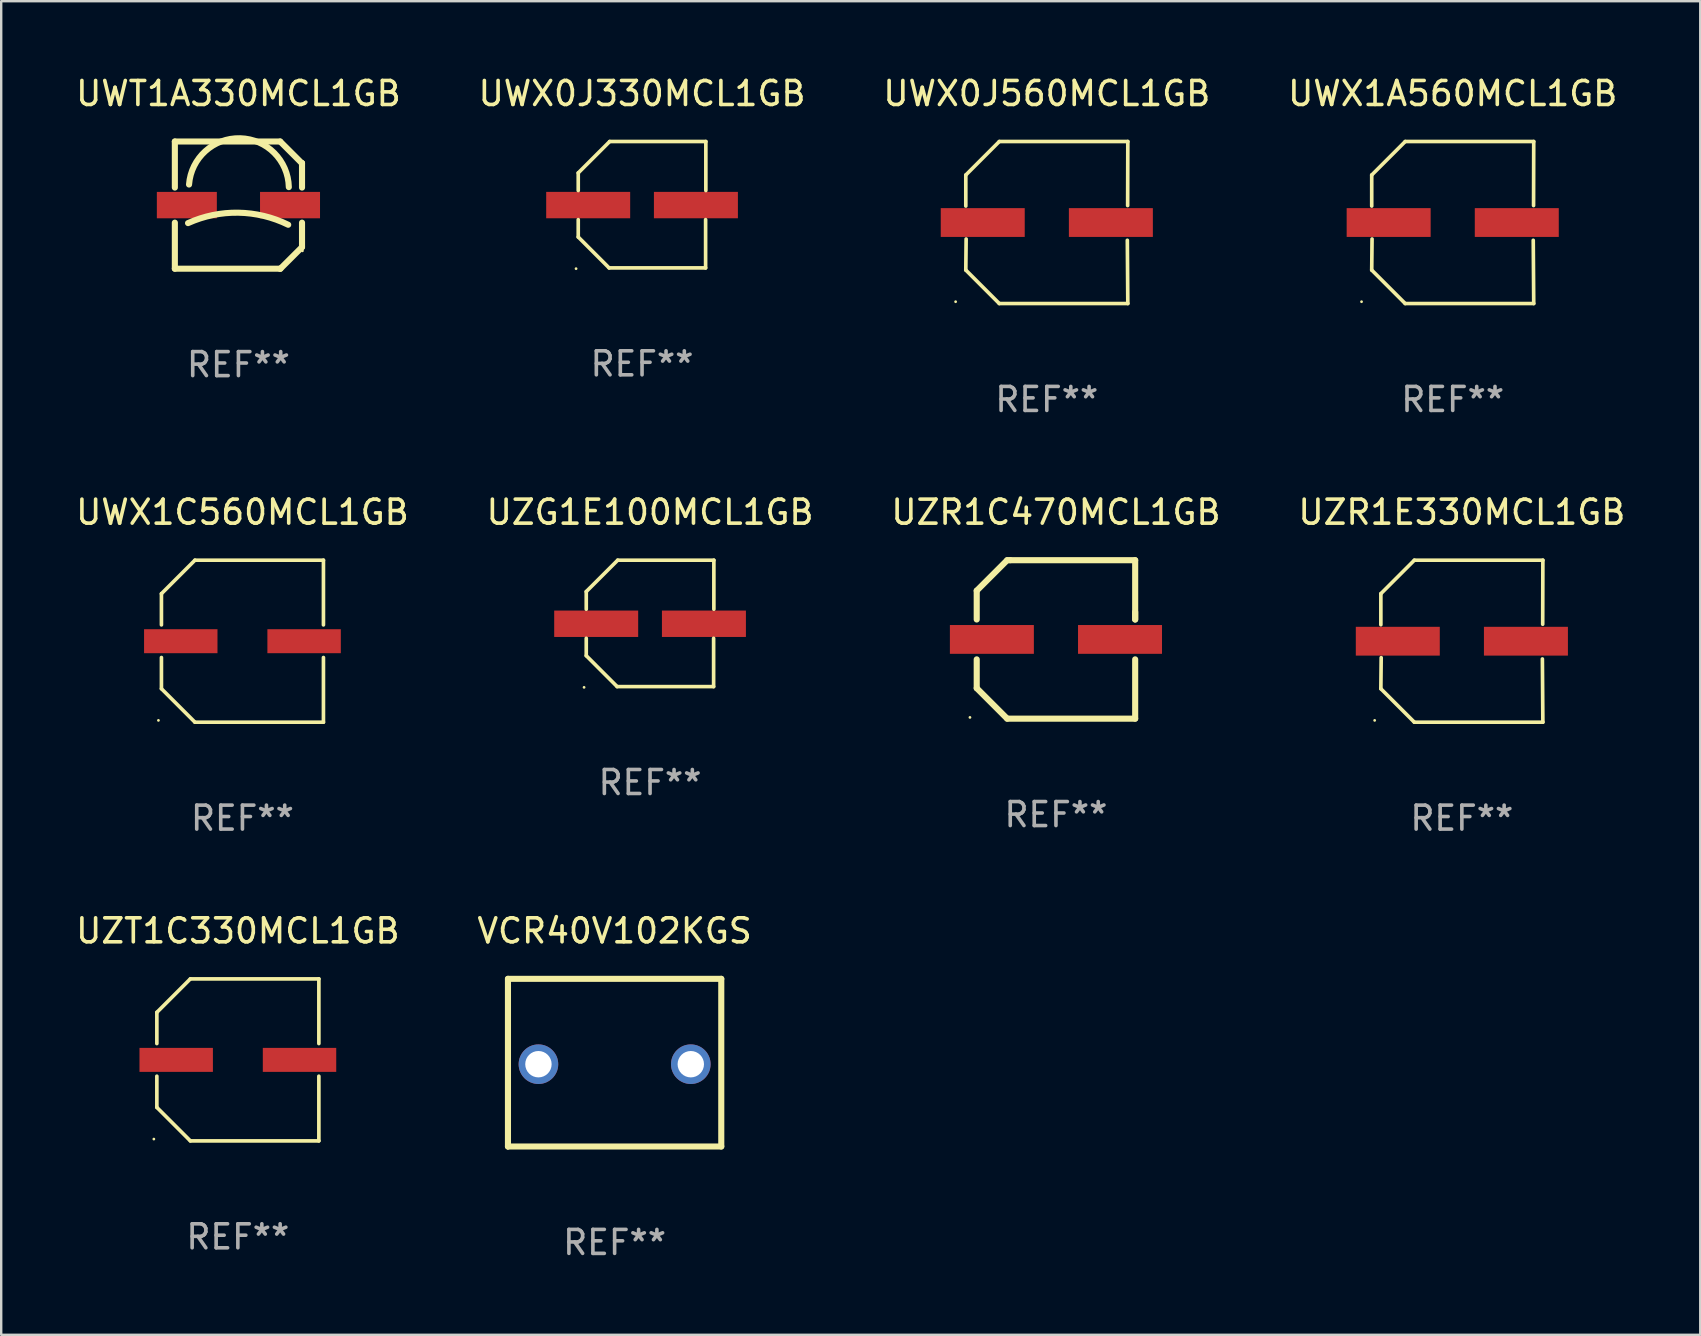
<source format=kicad_pcb>
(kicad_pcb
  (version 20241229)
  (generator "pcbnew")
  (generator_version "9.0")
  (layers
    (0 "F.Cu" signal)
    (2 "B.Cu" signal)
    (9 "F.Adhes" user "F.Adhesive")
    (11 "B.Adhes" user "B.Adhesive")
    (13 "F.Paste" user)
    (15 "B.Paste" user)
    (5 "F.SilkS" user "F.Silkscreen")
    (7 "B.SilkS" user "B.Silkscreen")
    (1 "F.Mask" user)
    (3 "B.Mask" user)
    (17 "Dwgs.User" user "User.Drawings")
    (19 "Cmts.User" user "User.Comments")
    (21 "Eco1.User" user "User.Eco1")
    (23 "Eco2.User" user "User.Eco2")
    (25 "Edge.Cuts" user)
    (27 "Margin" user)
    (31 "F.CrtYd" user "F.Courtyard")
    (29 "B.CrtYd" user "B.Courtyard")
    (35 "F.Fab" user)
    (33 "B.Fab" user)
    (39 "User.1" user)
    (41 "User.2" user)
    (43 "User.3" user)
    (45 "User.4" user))
  (footprint "UZT1C330MCL1GB"
    (layer "F.Cu")
    (at 6.863 41.122)
    (property "Reference" "UZT1C330MCL1GB" (at 0 -5.376 0) (layer "F.SilkS") (effects (font (size 1 1) (thickness 0.15))))
    (attr through_hole)
    (fp_line (start -3.376 -1.98) (end -3.376 -0.68) (stroke (width 0.152) (type solid)) (layer "F.SilkS"))
    (fp_line (start -3.376 -1.98) (end -1.98 -3.376) (stroke (width 0.152) (type solid)) (layer "F.SilkS"))
    (fp_line (start -3.376 0.68) (end -3.376 1.98) (stroke (width 0.152) (type solid)) (layer "F.SilkS"))
    (fp_line (start -3.376 1.98) (end -1.98 3.376) (stroke (width 0.152) (type solid)) (layer "F.SilkS"))
    (fp_line (start -1.98 -3.376) (end 3.376 -3.376) (stroke (width 0.152) (type solid)) (layer "F.SilkS"))
    (fp_line (start -1.98 3.376) (end 3.376 3.376) (stroke (width 0.152) (type solid)) (layer "F.SilkS"))
    (fp_line (start 3.376 -3.376) (end 3.376 -0.68) (stroke (width 0.152) (type solid)) (layer "F.SilkS"))
    (fp_line (start 3.376 0.68) (end 3.376 3.376) (stroke (width 0.152) (type solid)) (layer "F.SilkS"))
    (fp_circle (center -3.501 3.3) (end -3.471 3.3) (stroke (width 0.06) (type solid)) (fill no) (layer "F.SilkS"))
    (fp_text user "REF**" (at 0 7.376 0) (layer "F.Fab") (effects (font (size 1 1) (thickness 0.15))))
    (pad "1" smd rect (at -2.57 0.000013) (size 3.06 1) (layers "F.Cu" "F.Mask" "F.Paste"))
    (pad "2" smd rect (at 2.57 0.000013) (size 3.06 1) (layers "F.Cu" "F.Mask" "F.Paste")))
  (footprint "UWX0J560MCL1GB"
    (layer "F.Cu")
    (at 40.577 6.224)
    (property "Reference" "UWX0J560MCL1GB" (at 0 -5.376 0) (layer "F.SilkS") (effects (font (size 1 1) (thickness 0.15))))
    (attr through_hole)
    (fp_line (start -3.376 -1.98) (end -3.376 -0.686) (stroke (width 0.152) (type solid)) (layer "F.SilkS"))
    (fp_line (start -3.376 1.981) (end -3.362 0.686) (stroke (width 0.152) (type solid)) (layer "F.SilkS"))
    (fp_line (start -1.981 3.376) (end -3.376 1.981) (stroke (width 0.152) (type solid)) (layer "F.SilkS"))
    (fp_line (start -1.98 -3.376) (end -3.376 -1.98) (stroke (width 0.152) (type solid)) (layer "F.SilkS"))
    (fp_line (start 3.356 0.74) (end 3.376 3.376) (stroke (width 0.152) (type solid)) (layer "F.SilkS"))
    (fp_line (start 3.369 -0.707) (end 3.376 -3.376) (stroke (width 0.152) (type solid)) (layer "F.SilkS"))
    (fp_line (start 3.376 3.376) (end -1.981 3.376) (stroke (width 0.152) (type solid)) (layer "F.SilkS"))
    (fp_line (start 3.376 -3.376) (end -1.98 -3.376) (stroke (width 0.152) (type solid)) (layer "F.SilkS"))
    (fp_circle (center -3.8 3.3) (end -3.77 3.3) (stroke (width 0.06) (type solid)) (fill no) (layer "F.SilkS"))
    (fp_text user "REF**" (at 0 7.376 0) (layer "F.Fab") (effects (font (size 1 1) (thickness 0.15))))
    (pad "1" smd rect (at -2.67 0.000203) (size 3.5 1.2) (layers "F.Cu" "F.Mask" "F.Paste"))
    (pad "2" smd rect (at 2.67 0.000203) (size 3.5 1.2) (layers "F.Cu" "F.Mask" "F.Paste")))
  (footprint "UWX0J330MCL1GB"
    (layer "F.Cu")
    (at 23.708 5.482)
    (property "Reference" "UWX0J330MCL1GB" (at 0 -4.634 0) (layer "F.SilkS") (effects (font (size 1 1) (thickness 0.15))))
    (attr through_hole)
    (fp_line (start -2.659 -1.326) (end -2.659 -0.592) (stroke (width 0.152) (type solid)) (layer "F.SilkS"))
    (fp_line (start -2.659 1.346) (end -2.659 0.622) (stroke (width 0.152) (type solid)) (layer "F.SilkS"))
    (fp_line (start -1.372 2.634) (end -2.659 1.346) (stroke (width 0.152) (type solid)) (layer "F.SilkS"))
    (fp_line (start -1.349 -2.634) (end -2.659 -1.326) (stroke (width 0.152) (type solid)) (layer "F.SilkS"))
    (fp_line (start 2.649 0.622) (end 2.649 2.634) (stroke (width 0.152) (type solid)) (layer "F.SilkS"))
    (fp_line (start 2.649 2.634) (end -1.372 2.634) (stroke (width 0.152) (type solid)) (layer "F.SilkS"))
    (fp_line (start 2.659 -2.634) (end -1.349 -2.634) (stroke (width 0.152) (type solid)) (layer "F.SilkS"))
    (fp_line (start 2.659 -0.592) (end 2.659 -2.634) (stroke (width 0.152) (type solid)) (layer "F.SilkS"))
    (fp_circle (center -2.75 2.665) (end -2.72 2.665) (stroke (width 0.06) (type solid)) (fill no) (layer "F.SilkS"))
    (fp_text user "REF**" (at 0 6.634 0) (layer "F.Fab") (effects (font (size 1 1) (thickness 0.15))))
    (pad "1" smd rect (at -2.245 0.015) (size 3.5 1.1) (layers "F.Cu" "F.Mask" "F.Paste"))
    (pad "2" smd rect (at 2.245 0.015) (size 3.5 1.1) (layers "F.Cu" "F.Mask" "F.Paste")))
  (footprint "VCR40V102KGS"
    (layer "F.Cu")
    (at 22.565 41.238)
    (property "Reference" "VCR40V102KGS" (at 0 -5.493 0) (layer "F.SilkS") (effects (font (size 1 1) (thickness 0.15))))
    (attr through_hole)
    (fp_line (start -4.445 -3.493) (end -4.445 3.493) (stroke (width 0.254) (type solid)) (layer "F.SilkS"))
    (fp_line (start -4.445 3.493) (end 4.445 3.493) (stroke (width 0.254) (type solid)) (layer "F.SilkS"))
    (fp_line (start 4.445 -3.493) (end -4.445 -3.493) (stroke (width 0.254) (type solid)) (layer "F.SilkS"))
    (fp_line (start 4.445 3.493) (end 4.445 -3.493) (stroke (width 0.254) (type solid)) (layer "F.SilkS"))
    (fp_circle (center -4.45 3.564) (end -4.42 3.564) (stroke (width 0.06) (type solid)) (fill no) (layer "F.SilkS"))
    (fp_text user "REF**" (at 0 7.493 0) (layer "F.Fab") (effects (font (size 1 1) (thickness 0.15))))
    (pad "1" thru_hole circle (at -3.175 0.064) (size 1.65 1.65) (drill 1.1) (layers "*.Cu" "*.Mask"))
    (pad "2" thru_hole circle (at 3.175 0.064) (size 1.65 1.65) (drill 1.1) (layers "*.Cu" "*.Mask")))
  (footprint "UZR1E330MCL1GB"
    (layer "F.Cu")
    (at 57.875 23.673)
    (property "Reference" "UZR1E330MCL1GB" (at 0 -5.376 0) (layer "F.SilkS") (effects (font (size 1 1) (thickness 0.15))))
    (attr through_hole)
    (fp_line (start -3.376 -1.98) (end -3.376 -0.686) (stroke (width 0.152) (type solid)) (layer "F.SilkS"))
    (fp_line (start -3.376 1.981) (end -3.362 0.686) (stroke (width 0.152) (type solid)) (layer "F.SilkS"))
    (fp_line (start -1.981 3.376) (end -3.376 1.981) (stroke (width 0.152) (type solid)) (layer "F.SilkS"))
    (fp_line (start -1.98 -3.376) (end -3.376 -1.98) (stroke (width 0.152) (type solid)) (layer "F.SilkS"))
    (fp_line (start 3.356 0.74) (end 3.376 3.376) (stroke (width 0.152) (type solid)) (layer "F.SilkS"))
    (fp_line (start 3.369 -0.707) (end 3.376 -3.376) (stroke (width 0.152) (type solid)) (layer "F.SilkS"))
    (fp_line (start 3.376 3.376) (end -1.981 3.376) (stroke (width 0.152) (type solid)) (layer "F.SilkS"))
    (fp_line (start 3.376 -3.376) (end -1.98 -3.376) (stroke (width 0.152) (type solid)) (layer "F.SilkS"))
    (fp_circle (center -3.634 3.3) (end -3.604 3.3) (stroke (width 0.06) (type solid)) (fill no) (layer "F.SilkS"))
    (fp_text user "REF**" (at 0 7.376 0) (layer "F.Fab") (effects (font (size 1 1) (thickness 0.15))))
    (pad "1" smd rect (at -2.67 0.000254) (size 3.5 1.2) (layers "F.Cu" "F.Mask" "F.Paste"))
    (pad "2" smd rect (at 2.67 0.000254) (size 3.5 1.2) (layers "F.Cu" "F.Mask" "F.Paste")))
  (footprint "UZG1E100MCL1GB"
    (layer "F.Cu")
    (at 24.042 22.931)
    (property "Reference" "UZG1E100MCL1GB" (at 0 -4.634 0) (layer "F.SilkS") (effects (font (size 1 1) (thickness 0.15))))
    (attr through_hole)
    (fp_line (start -2.659 -1.326) (end -2.659 -0.592) (stroke (width 0.152) (type solid)) (layer "F.SilkS"))
    (fp_line (start -2.659 1.346) (end -2.659 0.622) (stroke (width 0.152) (type solid)) (layer "F.SilkS"))
    (fp_line (start -1.372 2.634) (end -2.659 1.346) (stroke (width 0.152) (type solid)) (layer "F.SilkS"))
    (fp_line (start -1.349 -2.634) (end -2.659 -1.326) (stroke (width 0.152) (type solid)) (layer "F.SilkS"))
    (fp_line (start 2.649 0.622) (end 2.649 2.634) (stroke (width 0.152) (type solid)) (layer "F.SilkS"))
    (fp_line (start 2.649 2.634) (end -1.372 2.634) (stroke (width 0.152) (type solid)) (layer "F.SilkS"))
    (fp_line (start 2.659 -2.634) (end -1.349 -2.634) (stroke (width 0.152) (type solid)) (layer "F.SilkS"))
    (fp_line (start 2.659 -0.592) (end 2.659 -2.634) (stroke (width 0.152) (type solid)) (layer "F.SilkS"))
    (fp_circle (center -2.75 2.665) (end -2.72 2.665) (stroke (width 0.06) (type solid)) (fill no) (layer "F.SilkS"))
    (fp_text user "REF**" (at 0 6.634 0) (layer "F.Fab") (effects (font (size 1 1) (thickness 0.15))))
    (pad "1" smd rect (at -2.245 0.015) (size 3.5 1.1) (layers "F.Cu" "F.Mask" "F.Paste"))
    (pad "2" smd rect (at 2.245 0.015) (size 3.5 1.1) (layers "F.Cu" "F.Mask" "F.Paste")))
  (footprint "UWX1A560MCL1GB"
    (layer "F.Cu")
    (at 57.494 6.224)
    (property "Reference" "UWX1A560MCL1GB" (at 0 -5.376 0) (layer "F.SilkS") (effects (font (size 1 1) (thickness 0.15))))
    (attr through_hole)
    (fp_line (start -3.376 -1.98) (end -3.376 -0.686) (stroke (width 0.152) (type solid)) (layer "F.SilkS"))
    (fp_line (start -3.376 1.981) (end -3.362 0.686) (stroke (width 0.152) (type solid)) (layer "F.SilkS"))
    (fp_line (start -1.981 3.376) (end -3.376 1.981) (stroke (width 0.152) (type solid)) (layer "F.SilkS"))
    (fp_line (start -1.98 -3.376) (end -3.376 -1.98) (stroke (width 0.152) (type solid)) (layer "F.SilkS"))
    (fp_line (start 3.356 0.74) (end 3.376 3.376) (stroke (width 0.152) (type solid)) (layer "F.SilkS"))
    (fp_line (start 3.369 -0.707) (end 3.376 -3.376) (stroke (width 0.152) (type solid)) (layer "F.SilkS"))
    (fp_line (start 3.376 3.376) (end -1.981 3.376) (stroke (width 0.152) (type solid)) (layer "F.SilkS"))
    (fp_line (start 3.376 -3.376) (end -1.98 -3.376) (stroke (width 0.152) (type solid)) (layer "F.SilkS"))
    (fp_circle (center -3.8 3.3) (end -3.77 3.3) (stroke (width 0.06) (type solid)) (fill no) (layer "F.SilkS"))
    (fp_text user "REF**" (at 0 7.376 0) (layer "F.Fab") (effects (font (size 1 1) (thickness 0.15))))
    (pad "1" smd rect (at -2.67 0.000203) (size 3.5 1.2) (layers "F.Cu" "F.Mask" "F.Paste"))
    (pad "2" smd rect (at 2.67 0.000203) (size 3.5 1.2) (layers "F.Cu" "F.Mask" "F.Paste")))
  (footprint "UZR1C470MCL1GB"
    (layer "F.Cu")
    (at 40.958 23.599)
    (property "Reference" "UZR1C470MCL1GB" (at 0 -5.302 0) (layer "F.SilkS") (effects (font (size 1 1) (thickness 0.15))))
    (attr through_hole)
    (fp_line (start -3.302 -2.032) (end -3.302 -0.831) (stroke (width 0.254) (type solid)) (layer "F.SilkS"))
    (fp_line (start -3.302 0.831) (end -3.302 2.032) (stroke (width 0.254) (type solid)) (layer "F.SilkS"))
    (fp_line (start -3.302 2.032) (end -2.032 3.302) (stroke (width 0.254) (type solid)) (layer "F.SilkS"))
    (fp_line (start -2.032 -3.302) (end -3.302 -2.032) (stroke (width 0.254) (type solid)) (layer "F.SilkS"))
    (fp_line (start -2.032 3.302) (end 3.302 3.302) (stroke (width 0.254) (type solid)) (layer "F.SilkS"))
    (fp_line (start -1.905 -3.302) (end -2.032 -3.302) (stroke (width 0.254) (type solid)) (layer "F.SilkS"))
    (fp_line (start 3.302 -3.302) (end -1.905 -3.302) (stroke (width 0.254) (type solid)) (layer "F.SilkS"))
    (fp_line (start 3.302 -0.831) (end 3.302 -3.302) (stroke (width 0.254) (type solid)) (layer "F.SilkS"))
    (fp_line (start 3.302 -0.831) (end 3.302 -1.143) (stroke (width 0.254) (type solid)) (layer "F.SilkS"))
    (fp_line (start 3.302 3.302) (end 3.302 0.831) (stroke (width 0.254) (type solid)) (layer "F.SilkS"))
    (fp_circle (center -3.584 3.25) (end -3.554 3.25) (stroke (width 0.06) (type solid)) (fill no) (layer "F.SilkS"))
    (fp_text user "REF**" (at 0 7.302 0) (layer "F.Fab") (effects (font (size 1 1) (thickness 0.15))))
    (pad "1" smd rect (at -2.67 -0.000102) (size 3.5 1.2) (layers "F.Cu" "F.Mask" "F.Paste"))
    (pad "2" smd rect (at 2.67 -0.000102) (size 3.5 1.2) (layers "F.Cu" "F.Mask" "F.Paste")))
  (footprint "UWX1C560MCL1GB"
    (layer "F.Cu")
    (at 7.054 23.673)
    (property "Reference" "UWX1C560MCL1GB" (at 0 -5.376 0) (layer "F.SilkS") (effects (font (size 1 1) (thickness 0.15))))
    (attr through_hole)
    (fp_line (start -3.376 -1.98) (end -3.376 -0.68) (stroke (width 0.152) (type solid)) (layer "F.SilkS"))
    (fp_line (start -3.376 -1.98) (end -1.98 -3.376) (stroke (width 0.152) (type solid)) (layer "F.SilkS"))
    (fp_line (start -3.376 0.68) (end -3.376 1.98) (stroke (width 0.152) (type solid)) (layer "F.SilkS"))
    (fp_line (start -3.376 1.98) (end -1.98 3.376) (stroke (width 0.152) (type solid)) (layer "F.SilkS"))
    (fp_line (start -1.98 -3.376) (end 3.376 -3.376) (stroke (width 0.152) (type solid)) (layer "F.SilkS"))
    (fp_line (start -1.98 3.376) (end 3.376 3.376) (stroke (width 0.152) (type solid)) (layer "F.SilkS"))
    (fp_line (start 3.376 -3.376) (end 3.376 -0.68) (stroke (width 0.152) (type solid)) (layer "F.SilkS"))
    (fp_line (start 3.376 0.68) (end 3.376 3.376) (stroke (width 0.152) (type solid)) (layer "F.SilkS"))
    (fp_circle (center -3.501 3.3) (end -3.471 3.3) (stroke (width 0.06) (type solid)) (fill no) (layer "F.SilkS"))
    (fp_text user "REF**" (at 0 7.376 0) (layer "F.Fab") (effects (font (size 1 1) (thickness 0.15))))
    (pad "1" smd rect (at -2.57 0.000013) (size 3.06 1) (layers "F.Cu" "F.Mask" "F.Paste"))
    (pad "2" smd rect (at 2.57 0.000013) (size 3.06 1) (layers "F.Cu" "F.Mask" "F.Paste")))
  (footprint "UWT1A330MCL1GB"
    (layer "F.Cu")
    (at 6.887 5.498)
    (property "Reference" "UWT1A330MCL1GB" (at 0 -4.65 0) (layer "F.SilkS") (effects (font (size 1 1) (thickness 0.15))))
    (attr through_hole)
    (fp_line (start -2.65 -2.65) (end 1.74 -2.65) (stroke (width 0.254) (type solid)) (layer "F.SilkS"))
    (fp_line (start -2.65 -0.731) (end -2.65 -2.65) (stroke (width 0.254) (type solid)) (layer "F.SilkS"))
    (fp_line (start -2.65 2.65) (end -2.65 0.731) (stroke (width 0.254) (type solid)) (layer "F.SilkS"))
    (fp_line (start -2.65 2.65) (end 1.73 2.65) (stroke (width 0.254) (type solid)) (layer "F.SilkS"))
    (fp_line (start 1.73 2.65) (end 1.75 2.65) (stroke (width 0.254) (type solid)) (layer "F.SilkS"))
    (fp_line (start 1.75 2.65) (end 2.65 1.75) (stroke (width 0.254) (type solid)) (layer "F.SilkS"))
    (fp_line (start 2.64 -1.75) (end 1.74 -2.65) (stroke (width 0.254) (type solid)) (layer "F.SilkS"))
    (fp_line (start 2.65 -1.75) (end 2.64 -1.75) (stroke (width 0.254) (type solid)) (layer "F.SilkS"))
    (fp_line (start 2.65 -0.731) (end 2.65 -1.75) (stroke (width 0.254) (type solid)) (layer "F.SilkS"))
    (fp_line (start 2.65 1.75) (end 2.65 0.731) (stroke (width 0.254) (type solid)) (layer "F.SilkS"))
    (fp_arc (start -2.1 0.749886) (mid -0.005214 0.316693) (end 2.074168 0.818644) (stroke (width 0.254001) (type solid)) (layer "F.SilkS"))
    (fp_arc (start -2.058369 -0.857759) (mid 0.072137 -2.78601) (end 2.1 -0.750089) (stroke (width 0.254001) (type solid)) (layer "F.SilkS"))
    (fp_circle (center 2.667 1.905) (end 2.697 1.905) (stroke (width 0.06) (type solid)) (fill no) (layer "F.SilkS"))
    (fp_text user "REF**" (at 0 6.65 0) (layer "F.Fab") (effects (font (size 1 1) (thickness 0.15))))
    (pad "1" smd rect (at 2.15 0) (size 2.5 1.1) (layers "F.Cu" "F.Mask" "F.Paste"))
    (pad "2" smd rect (at -2.15 0) (size 2.5 1.1) (layers "F.Cu" "F.Mask" "F.Paste")))
  (gr_rect
    (start -3 -3)
    (end 67.81 52.579)
    (stroke (width 0.1) (type default))
    (fill no)
    (layer "Edge.Cuts")))
</source>
